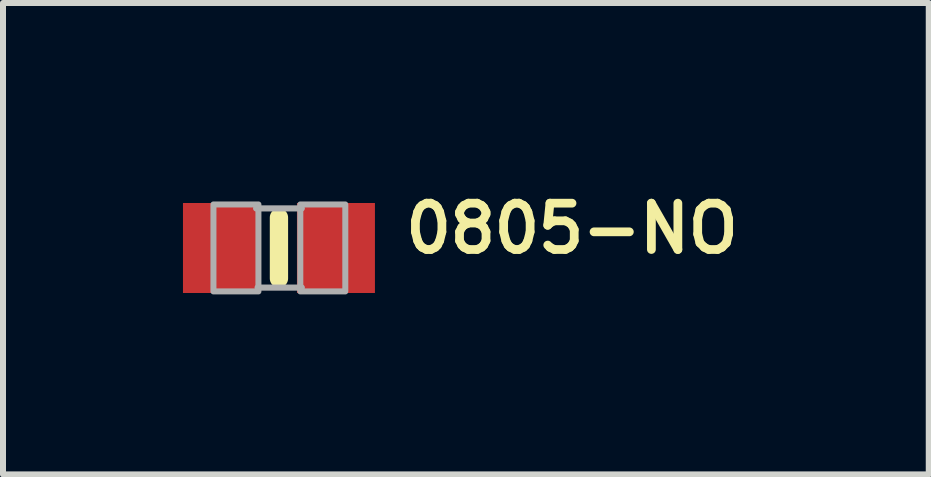
<source format=kicad_pcb>
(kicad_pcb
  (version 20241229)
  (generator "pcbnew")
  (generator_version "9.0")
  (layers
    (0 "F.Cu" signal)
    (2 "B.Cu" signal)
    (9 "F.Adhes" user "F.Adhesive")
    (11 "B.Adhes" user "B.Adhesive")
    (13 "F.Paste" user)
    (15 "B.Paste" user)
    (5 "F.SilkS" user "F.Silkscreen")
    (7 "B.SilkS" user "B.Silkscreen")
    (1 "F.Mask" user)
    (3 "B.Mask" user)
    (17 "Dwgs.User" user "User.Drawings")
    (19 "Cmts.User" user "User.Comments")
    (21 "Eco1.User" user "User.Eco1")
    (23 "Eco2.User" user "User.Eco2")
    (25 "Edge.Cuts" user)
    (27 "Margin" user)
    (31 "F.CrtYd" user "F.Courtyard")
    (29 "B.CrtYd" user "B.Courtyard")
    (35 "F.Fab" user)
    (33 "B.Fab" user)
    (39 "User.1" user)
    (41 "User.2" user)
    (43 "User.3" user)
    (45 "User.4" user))
  (footprint "0805-NO"
    (layer "F.Cu")
    (at 1.6 1.084)
    (property "Reference" "0805-NO" (at 2.032 0.127 0) (layer "F.SilkS") (effects (font (size 0.772 0.772) (thickness 0.146)) (justify left bottom)))
    (attr through_hole)
    (fp_line (start 0 -0.508) (end 0 0.508) (stroke (width 0.305) (type solid)) (layer "F.SilkS"))
    (fp_line (start -0.381 -0.66) (end 0.381 -0.66) (stroke (width 0.102) (type solid)) (layer "F.Fab"))
    (fp_line (start -0.356 0.66) (end 0.381 0.66) (stroke (width 0.102) (type solid)) (layer "F.Fab"))
    (fp_poly (pts (xy -1.092 0.724) (xy -0.342 0.724) (xy -0.342 -0.726) (xy -1.092 -0.726)) (stroke (width 0.1) (type solid)) (fill no) (layer "F.Fab"))
    (fp_poly (pts (xy 0.356 0.724) (xy 1.106 0.724) (xy 1.106 -0.726) (xy 0.356 -0.726)) (stroke (width 0.1) (type solid)) (fill no) (layer "F.Fab"))
    (pad "1" smd rect (at -0.95 0) (size 1.3 1.5) (layers "F.Cu" "F.Mask" "F.Paste"))
    (pad "2" smd rect (at 0.95 0) (size 1.3 1.5) (layers "F.Cu" "F.Mask" "F.Paste")))
  (gr_rect
    (start -3 -3)
    (end 12.432 4.858)
    (stroke (width 0.1) (type default))
    (fill no)
    (layer "Edge.Cuts")))
</source>
